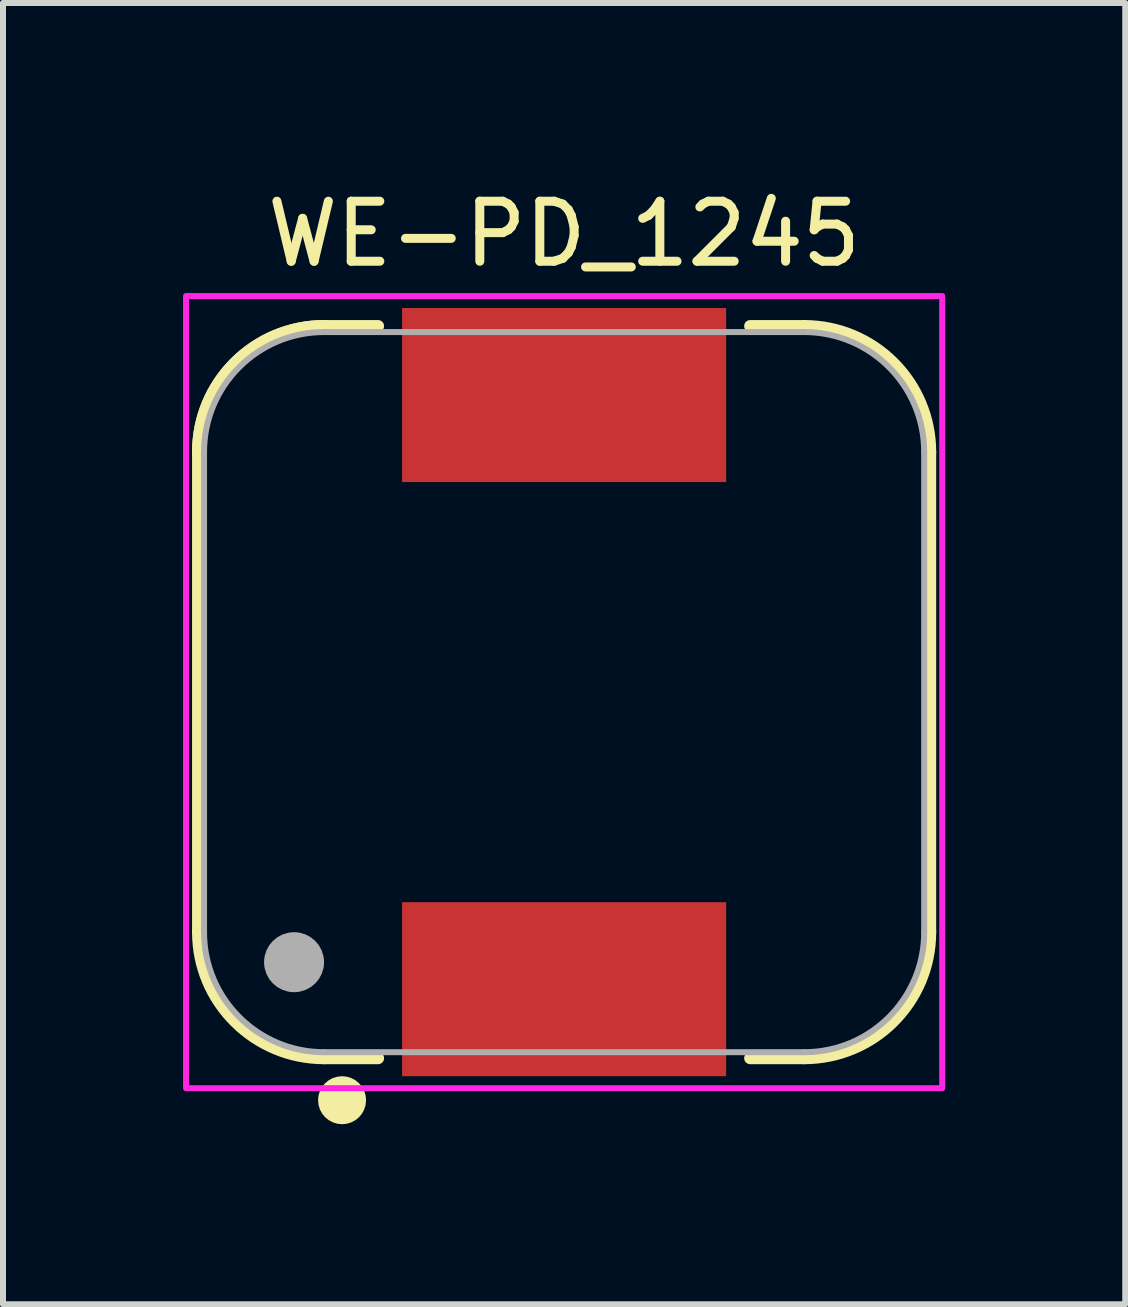
<source format=kicad_pcb>
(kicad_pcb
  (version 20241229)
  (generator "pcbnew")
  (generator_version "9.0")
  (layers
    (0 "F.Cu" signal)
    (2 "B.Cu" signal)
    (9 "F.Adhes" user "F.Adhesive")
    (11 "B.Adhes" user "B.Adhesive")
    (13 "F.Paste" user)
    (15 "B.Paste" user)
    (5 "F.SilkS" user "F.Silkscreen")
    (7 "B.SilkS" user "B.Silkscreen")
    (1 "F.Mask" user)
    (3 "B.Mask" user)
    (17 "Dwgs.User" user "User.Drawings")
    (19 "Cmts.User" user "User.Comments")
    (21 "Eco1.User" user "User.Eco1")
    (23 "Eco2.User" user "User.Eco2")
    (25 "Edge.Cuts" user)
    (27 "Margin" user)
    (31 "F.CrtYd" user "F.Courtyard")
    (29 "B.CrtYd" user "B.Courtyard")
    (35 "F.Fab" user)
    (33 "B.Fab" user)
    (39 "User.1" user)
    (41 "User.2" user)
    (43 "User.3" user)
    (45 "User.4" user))
  (footprint "WE-PD_1245"
    (layer "F.Cu")
    (at 6.35 8.483)
    (property "Reference" "WE-PD_1245" (at 0 -7.635 0) (layer "F.SilkS") (effects (font (size 1 1) (thickness 0.15))))
    (attr smd)
    (fp_line (start -6.1 4) (end -6.1 -4) (stroke (width 0.2) (type solid)) (layer "F.SilkS"))
    (fp_line (start -4 -6.1) (end -3.1 -6.1) (stroke (width 0.2) (type solid)) (layer "F.SilkS"))
    (fp_line (start -3.1 6.1) (end -4 6.1) (stroke (width 0.2) (type solid)) (layer "F.SilkS"))
    (fp_line (start 3.1 6.1) (end 4 6.1) (stroke (width 0.2) (type solid)) (layer "F.SilkS"))
    (fp_line (start 4 -6.1) (end 3.1 -6.1) (stroke (width 0.2) (type solid)) (layer "F.SilkS"))
    (fp_line (start 6.1 4) (end 6.1 -4) (stroke (width 0.2) (type solid)) (layer "F.SilkS"))
    (fp_arc (start -6.1 -4) (mid -5.484924 -5.484924) (end -4 -6.1) (stroke (width 0.2) (type solid)) (layer "F.SilkS"))
    (fp_arc (start -6.1 -4) (mid -5.484924 -5.484924) (end -4 -6.1) (stroke (width 0.2) (type solid)) (layer "F.SilkS"))
    (fp_arc (start -4 6.1) (mid -5.484924 5.484924) (end -6.1 4) (stroke (width 0.2) (type solid)) (layer "F.SilkS"))
    (fp_arc (start 4 -6.1) (mid 5.484924 -5.484924) (end 6.1 -4) (stroke (width 0.2) (type solid)) (layer "F.SilkS"))
    (fp_arc (start 6.1 4) (mid 5.484924 5.484924) (end 4 6.1) (stroke (width 0.2) (type solid)) (layer "F.SilkS"))
    (fp_circle (center -3.7 6.8) (end -3.5 6.8) (stroke (width 0.4) (type solid)) (fill no) (layer "F.SilkS"))
    (fp_poly (pts (xy -6.3 6.6) (xy -6.3 -6.6) (xy 6.3 -6.6) (xy 6.3 6.6)) (stroke (width 0.1) (type solid)) (fill no) (layer "F.CrtYd"))
    (fp_line (start -6 4) (end -6 -4) (stroke (width 0.1) (type solid)) (layer "F.Fab"))
    (fp_line (start -4 6) (end 4 6) (stroke (width 0.1) (type solid)) (layer "F.Fab"))
    (fp_line (start 4 -6) (end -4 -6) (stroke (width 0.1) (type solid)) (layer "F.Fab"))
    (fp_line (start 6 4) (end 6 -4) (stroke (width 0.1) (type solid)) (layer "F.Fab"))
    (fp_arc (start -6 -4) (mid -5.414214 -5.414214) (end -4 -6) (stroke (width 0.1) (type solid)) (layer "F.Fab"))
    (fp_arc (start -4 6) (mid -5.414214 5.414214) (end -6 4) (stroke (width 0.1) (type solid)) (layer "F.Fab"))
    (fp_arc (start 4 -6) (mid 5.414214 -5.414214) (end 6 -4) (stroke (width 0.1) (type solid)) (layer "F.Fab"))
    (fp_arc (start 6 4) (mid 5.414214 5.414214) (end 4 6) (stroke (width 0.1) (type solid)) (layer "F.Fab"))
    (fp_circle (center -4.5 4.5) (end -4.25 4.5) (stroke (width 0.5) (type solid)) (fill no) (layer "F.Fab"))
    (pad "1" smd rect (at 0 4.95) (size 5.4 2.9) (layers "F.Cu" "F.Mask" "F.Paste"))
    (pad "2" smd rect (at 0 -4.95) (size 5.4 2.9) (layers "F.Cu" "F.Mask" "F.Paste"))
    (zone (net_name "") (layer "F.Cu") (hatch full 0.508) (connect_pads) (min_thickness 0.1) (filled_areas_thickness no) (keepout (tracks not_allowed) (vias not_allowed) (pads not_allowed) (copperpour not_allowed) (footprints allowed)) (placement (enabled no)) (fill) (polygon (pts (xy 0.35 4.483) (xy 0.35 12.483) (xy 0.353 12.588) (xy 0.361 12.692) (xy 0.375 12.796) (xy 0.394 12.899) (xy 0.418 13.001) (xy 0.448 13.101) (xy 0.483 13.2) (xy 0.523 13.296) (xy 0.568 13.391) (xy 0.618 13.483) (xy 0.673 13.572) (xy 0.732 13.659) (xy 0.796 13.742) (xy 0.864 13.821) (xy 0.936 13.897) (xy 1.012 13.969) (xy 1.091 14.037) (xy 1.174 14.101) (xy 1.261 14.16) (xy 1.35 14.215) (xy 1.442 14.265) (xy 1.537 14.31) (xy 1.633 14.35) (xy 1.732 14.385) (xy 1.832 14.415) (xy 1.934 14.439) (xy 2.037 14.458) (xy 2.141 14.472) (xy 2.245 14.48) (xy 2.35 14.483) (xy 3.45 14.483) (xy 3.45 11.783) (xy 9.25 11.783) (xy 9.25 14.483) (xy 10.35 14.483) (xy 10.455 14.48) (xy 10.559 14.472) (xy 10.663 14.458) (xy 10.766 14.439) (xy 10.868 14.415) (xy 10.968 14.385) (xy 11.067 14.35) (xy 11.163 14.31) (xy 11.258 14.265) (xy 11.35 14.215) (xy 11.439 14.16) (xy 11.526 14.101) (xy 11.609 14.037) (xy 11.688 13.969) (xy 11.764 13.897) (xy 11.836 13.821) (xy 11.904 13.742) (xy 11.968 13.659) (xy 12.027 13.572) (xy 12.082 13.483) (xy 12.132 13.391) (xy 12.177 13.296) (xy 12.217 13.2) (xy 12.252 13.101) (xy 12.282 13.001) (xy 12.306 12.899) (xy 12.325 12.796) (xy 12.339 12.692) (xy 12.347 12.588) (xy 12.35 12.483) (xy 12.35 4.483) (xy 12.347 4.378) (xy 12.339 4.274) (xy 12.325 4.17) (xy 12.306 4.067) (xy 12.282 3.965) (xy 12.252 3.865) (xy 12.217 3.766) (xy 12.177 3.67) (xy 12.132 3.575) (xy 12.082 3.483) (xy 12.027 3.394) (xy 11.968 3.307) (xy 11.904 3.224) (xy 11.836 3.145) (xy 11.764 3.069) (xy 11.688 2.997) (xy 11.609 2.929) (xy 11.526 2.865) (xy 11.439 2.806) (xy 11.35 2.751) (xy 11.258 2.701) (xy 11.163 2.656) (xy 11.067 2.616) (xy 10.968 2.581) (xy 10.868 2.551) (xy 10.766 2.527) (xy 10.663 2.508) (xy 10.559 2.494) (xy 10.455 2.486) (xy 10.35 2.483) (xy 9.25 2.483) (xy 9.25 5.183) (xy 3.45 5.183) (xy 3.45 2.483) (xy 2.35 2.483) (xy 2.245 2.486) (xy 2.141 2.494) (xy 2.037 2.508) (xy 1.934 2.527) (xy 1.832 2.551) (xy 1.732 2.581) (xy 1.633 2.616) (xy 1.537 2.656) (xy 1.442 2.701) (xy 1.35 2.751) (xy 1.261 2.806) (xy 1.174 2.865) (xy 1.091 2.929) (xy 1.012 2.997) (xy 0.936 3.069) (xy 0.864 3.145) (xy 0.796 3.224) (xy 0.732 3.307) (xy 0.673 3.394) (xy 0.618 3.483) (xy 0.568 3.575) (xy 0.523 3.67) (xy 0.483 3.766) (xy 0.448 3.865) (xy 0.418 3.965) (xy 0.394 4.067) (xy 0.375 4.17) (xy 0.361 4.274) (xy 0.353 4.378))))
    (zone (net_name "") (layers "F.Cu" "B.Cu") (hatch full 0.508) (connect_pads) (min_thickness 0.1) (filled_areas_thickness no) (keepout (tracks allowed) (vias not_allowed) (pads allowed) (copperpour allowed) (footprints allowed)) (placement (enabled no)) (fill) (polygon (pts (xy 0.35 4.483) (xy 0.35 12.483) (xy 0.353 12.588) (xy 0.361 12.692) (xy 0.375 12.796) (xy 0.394 12.899) (xy 0.418 13.001) (xy 0.448 13.101) (xy 0.483 13.2) (xy 0.523 13.296) (xy 0.568 13.391) (xy 0.618 13.483) (xy 0.673 13.572) (xy 0.732 13.659) (xy 0.796 13.742) (xy 0.864 13.821) (xy 0.936 13.897) (xy 1.012 13.969) (xy 1.091 14.037) (xy 1.174 14.101) (xy 1.261 14.16) (xy 1.35 14.215) (xy 1.442 14.265) (xy 1.537 14.31) (xy 1.633 14.35) (xy 1.732 14.385) (xy 1.832 14.415) (xy 1.934 14.439) (xy 2.037 14.458) (xy 2.141 14.472) (xy 2.245 14.48) (xy 2.35 14.483) (xy 3.45 14.483) (xy 3.45 11.783) (xy 9.25 11.783) (xy 9.25 14.483) (xy 10.35 14.483) (xy 10.455 14.48) (xy 10.559 14.472) (xy 10.663 14.458) (xy 10.766 14.439) (xy 10.868 14.415) (xy 10.968 14.385) (xy 11.067 14.35) (xy 11.163 14.31) (xy 11.258 14.265) (xy 11.35 14.215) (xy 11.439 14.16) (xy 11.526 14.101) (xy 11.609 14.037) (xy 11.688 13.969) (xy 11.764 13.897) (xy 11.836 13.821) (xy 11.904 13.742) (xy 11.968 13.659) (xy 12.027 13.572) (xy 12.082 13.483) (xy 12.132 13.391) (xy 12.177 13.296) (xy 12.217 13.2) (xy 12.252 13.101) (xy 12.282 13.001) (xy 12.306 12.899) (xy 12.325 12.796) (xy 12.339 12.692) (xy 12.347 12.588) (xy 12.35 12.483) (xy 12.35 4.483) (xy 12.347 4.378) (xy 12.339 4.274) (xy 12.325 4.17) (xy 12.306 4.067) (xy 12.282 3.965) (xy 12.252 3.865) (xy 12.217 3.766) (xy 12.177 3.67) (xy 12.132 3.575) (xy 12.082 3.483) (xy 12.027 3.394) (xy 11.968 3.307) (xy 11.904 3.224) (xy 11.836 3.145) (xy 11.764 3.069) (xy 11.688 2.997) (xy 11.609 2.929) (xy 11.526 2.865) (xy 11.439 2.806) (xy 11.35 2.751) (xy 11.258 2.701) (xy 11.163 2.656) (xy 11.067 2.616) (xy 10.968 2.581) (xy 10.868 2.551) (xy 10.766 2.527) (xy 10.663 2.508) (xy 10.559 2.494) (xy 10.455 2.486) (xy 10.35 2.483) (xy 9.25 2.483) (xy 9.25 5.183) (xy 3.45 5.183) (xy 3.45 2.483) (xy 2.35 2.483) (xy 2.245 2.486) (xy 2.141 2.494) (xy 2.037 2.508) (xy 1.934 2.527) (xy 1.832 2.551) (xy 1.732 2.581) (xy 1.633 2.616) (xy 1.537 2.656) (xy 1.442 2.701) (xy 1.35 2.751) (xy 1.261 2.806) (xy 1.174 2.865) (xy 1.091 2.929) (xy 1.012 2.997) (xy 0.936 3.069) (xy 0.864 3.145) (xy 0.796 3.224) (xy 0.732 3.307) (xy 0.673 3.394) (xy 0.618 3.483) (xy 0.568 3.575) (xy 0.523 3.67) (xy 0.483 3.766) (xy 0.448 3.865) (xy 0.418 3.965) (xy 0.394 4.067) (xy 0.375 4.17) (xy 0.361 4.274) (xy 0.353 4.378)))))
  (gr_rect
    (start -3 -3)
    (end 15.7 18.683)
    (stroke (width 0.1) (type default))
    (fill no)
    (layer "Edge.Cuts")))
</source>
